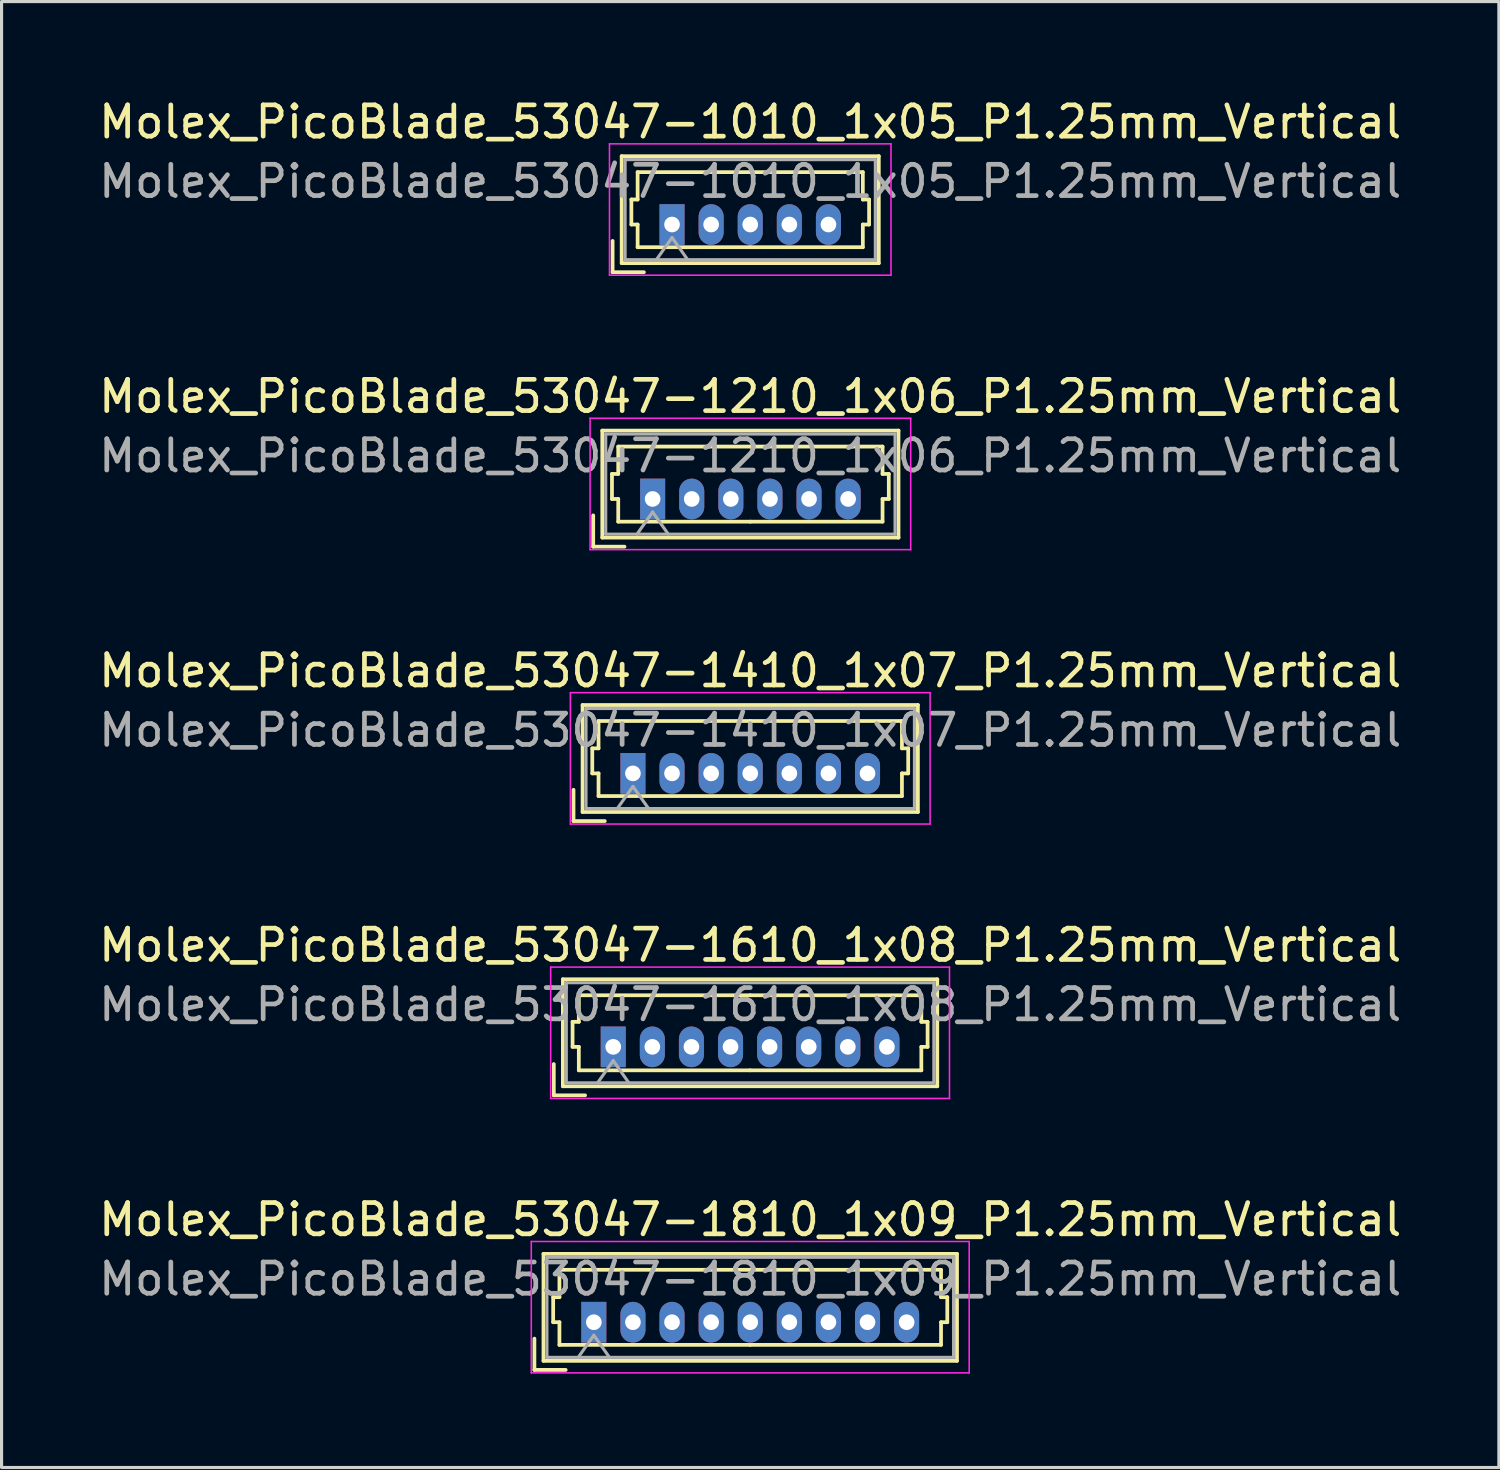
<source format=kicad_pcb>
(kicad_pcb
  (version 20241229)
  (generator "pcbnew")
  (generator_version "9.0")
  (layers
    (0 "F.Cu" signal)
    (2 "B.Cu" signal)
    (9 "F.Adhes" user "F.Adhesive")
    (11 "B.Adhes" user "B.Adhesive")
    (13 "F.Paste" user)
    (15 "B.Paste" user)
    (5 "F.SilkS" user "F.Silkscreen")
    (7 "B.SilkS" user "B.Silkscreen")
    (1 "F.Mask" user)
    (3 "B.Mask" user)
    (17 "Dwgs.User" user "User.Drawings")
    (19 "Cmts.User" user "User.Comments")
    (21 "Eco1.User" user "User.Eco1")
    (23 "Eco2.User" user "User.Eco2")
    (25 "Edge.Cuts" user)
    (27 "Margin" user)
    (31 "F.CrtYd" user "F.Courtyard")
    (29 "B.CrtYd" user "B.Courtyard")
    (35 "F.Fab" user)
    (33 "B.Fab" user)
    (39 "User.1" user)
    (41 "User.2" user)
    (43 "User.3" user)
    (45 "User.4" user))
  (footprint "Molex_PicoBlade_53047-1210_1x06_P1.25mm_Vertical"
    (layer "F.Cu")
    (at 17.815 12.902)
    (property "Reference" "Molex_PicoBlade_53047-1210_1x06_P1.25mm_Vertical" (at 3.12 -3.28 0) (layer "F.SilkS") (effects (font (size 1 1) (thickness 0.15))))
    (attr through_hole)
    (fp_line (start -1.9 1.525) (end -1.9 0.525) (stroke (width 0.12) (type solid)) (layer "F.SilkS"))
    (fp_line (start -1.9 1.525) (end -0.9 1.525) (stroke (width 0.12) (type solid)) (layer "F.SilkS"))
    (fp_line (start -1.61 -2.185) (end -1.61 1.235) (stroke (width 0.12) (type solid)) (layer "F.SilkS"))
    (fp_line (start -1.61 1.235) (end 7.86 1.235) (stroke (width 0.12) (type solid)) (layer "F.SilkS"))
    (fp_line (start -1.3 -0.8) (end -1.1 -0.8) (stroke (width 0.12) (type solid)) (layer "F.SilkS"))
    (fp_line (start -1.3 0) (end -1.3 -0.8) (stroke (width 0.12) (type solid)) (layer "F.SilkS"))
    (fp_line (start -1.1 -1.675) (end 3.125 -1.675) (stroke (width 0.12) (type solid)) (layer "F.SilkS"))
    (fp_line (start -1.1 -0.8) (end -1.1 -1.675) (stroke (width 0.12) (type solid)) (layer "F.SilkS"))
    (fp_line (start -1.1 0) (end -1.3 0) (stroke (width 0.12) (type solid)) (layer "F.SilkS"))
    (fp_line (start -1.1 0.725) (end -1.1 0) (stroke (width 0.12) (type solid)) (layer "F.SilkS"))
    (fp_line (start 3.125 0.725) (end -1.1 0.725) (stroke (width 0.12) (type solid)) (layer "F.SilkS"))
    (fp_line (start 3.125 0.725) (end 7.35 0.725) (stroke (width 0.12) (type solid)) (layer "F.SilkS"))
    (fp_line (start 7.35 -1.675) (end 3.125 -1.675) (stroke (width 0.12) (type solid)) (layer "F.SilkS"))
    (fp_line (start 7.35 -0.8) (end 7.35 -1.675) (stroke (width 0.12) (type solid)) (layer "F.SilkS"))
    (fp_line (start 7.35 0) (end 7.55 0) (stroke (width 0.12) (type solid)) (layer "F.SilkS"))
    (fp_line (start 7.35 0.725) (end 7.35 0) (stroke (width 0.12) (type solid)) (layer "F.SilkS"))
    (fp_line (start 7.55 -0.8) (end 7.35 -0.8) (stroke (width 0.12) (type solid)) (layer "F.SilkS"))
    (fp_line (start 7.55 0) (end 7.55 -0.8) (stroke (width 0.12) (type solid)) (layer "F.SilkS"))
    (fp_line (start 7.86 -2.185) (end -1.61 -2.185) (stroke (width 0.12) (type solid)) (layer "F.SilkS"))
    (fp_line (start 7.86 1.235) (end 7.86 -2.185) (stroke (width 0.12) (type solid)) (layer "F.SilkS"))
    (fp_line (start -2 -2.58) (end -2 1.62) (stroke (width 0.05) (type solid)) (layer "F.CrtYd"))
    (fp_line (start -2 1.62) (end 8.25 1.62) (stroke (width 0.05) (type solid)) (layer "F.CrtYd"))
    (fp_line (start 8.25 -2.58) (end -2 -2.58) (stroke (width 0.05) (type solid)) (layer "F.CrtYd"))
    (fp_line (start 8.25 1.62) (end 8.25 -2.58) (stroke (width 0.05) (type solid)) (layer "F.CrtYd"))
    (fp_line (start -1.5 -2.075) (end -1.5 1.125) (stroke (width 0.1) (type solid)) (layer "F.Fab"))
    (fp_line (start -1.5 1.125) (end 7.75 1.125) (stroke (width 0.1) (type solid)) (layer "F.Fab"))
    (fp_line (start -0.5 1.125) (end 0 0.418) (stroke (width 0.1) (type solid)) (layer "F.Fab"))
    (fp_line (start 0 0.418) (end 0.5 1.125) (stroke (width 0.1) (type solid)) (layer "F.Fab"))
    (fp_line (start 7.75 -2.075) (end -1.5 -2.075) (stroke (width 0.1) (type solid)) (layer "F.Fab"))
    (fp_line (start 7.75 1.125) (end 7.75 -2.075) (stroke (width 0.1) (type solid)) (layer "F.Fab"))
    (fp_text user "${REFERENCE}" (at 3.12 -1.38 0) (layer "F.Fab") (effects (font (size 1 1) (thickness 0.15))))
    (pad "1" thru_hole rect (at 0 0) (size 0.8 1.3) (drill 0.5) (layers "*.Cu" "*.Mask"))
    (pad "2" thru_hole oval (at 1.25 0) (size 0.8 1.3) (drill 0.5) (layers "*.Cu" "*.Mask"))
    (pad "3" thru_hole oval (at 2.5 0) (size 0.8 1.3) (drill 0.5) (layers "*.Cu" "*.Mask"))
    (pad "4" thru_hole oval (at 3.75 0) (size 0.8 1.3) (drill 0.5) (layers "*.Cu" "*.Mask"))
    (pad "5" thru_hole oval (at 5 0) (size 0.8 1.3) (drill 0.5) (layers "*.Cu" "*.Mask"))
    (pad "6" thru_hole oval (at 6.25 0) (size 0.8 1.3) (drill 0.5) (layers "*.Cu" "*.Mask")))
  (footprint "Molex_PicoBlade_53047-1410_1x07_P1.25mm_Vertical"
    (layer "F.Cu")
    (at 17.185 21.675)
    (property "Reference" "Molex_PicoBlade_53047-1410_1x07_P1.25mm_Vertical" (at 3.75 -3.28 0) (layer "F.SilkS") (effects (font (size 1 1) (thickness 0.15))))
    (attr through_hole)
    (fp_line (start -1.9 1.525) (end -1.9 0.525) (stroke (width 0.12) (type solid)) (layer "F.SilkS"))
    (fp_line (start -1.9 1.525) (end -0.9 1.525) (stroke (width 0.12) (type solid)) (layer "F.SilkS"))
    (fp_line (start -1.61 -2.185) (end -1.61 1.235) (stroke (width 0.12) (type solid)) (layer "F.SilkS"))
    (fp_line (start -1.61 1.235) (end 9.11 1.235) (stroke (width 0.12) (type solid)) (layer "F.SilkS"))
    (fp_line (start -1.3 -0.8) (end -1.1 -0.8) (stroke (width 0.12) (type solid)) (layer "F.SilkS"))
    (fp_line (start -1.3 0) (end -1.3 -0.8) (stroke (width 0.12) (type solid)) (layer "F.SilkS"))
    (fp_line (start -1.1 -1.675) (end 3.75 -1.675) (stroke (width 0.12) (type solid)) (layer "F.SilkS"))
    (fp_line (start -1.1 -0.8) (end -1.1 -1.675) (stroke (width 0.12) (type solid)) (layer "F.SilkS"))
    (fp_line (start -1.1 0) (end -1.3 0) (stroke (width 0.12) (type solid)) (layer "F.SilkS"))
    (fp_line (start -1.1 0.725) (end -1.1 0) (stroke (width 0.12) (type solid)) (layer "F.SilkS"))
    (fp_line (start 3.75 0.725) (end -1.1 0.725) (stroke (width 0.12) (type solid)) (layer "F.SilkS"))
    (fp_line (start 3.75 0.725) (end 8.6 0.725) (stroke (width 0.12) (type solid)) (layer "F.SilkS"))
    (fp_line (start 8.6 -1.675) (end 3.75 -1.675) (stroke (width 0.12) (type solid)) (layer "F.SilkS"))
    (fp_line (start 8.6 -0.8) (end 8.6 -1.675) (stroke (width 0.12) (type solid)) (layer "F.SilkS"))
    (fp_line (start 8.6 0) (end 8.8 0) (stroke (width 0.12) (type solid)) (layer "F.SilkS"))
    (fp_line (start 8.6 0.725) (end 8.6 0) (stroke (width 0.12) (type solid)) (layer "F.SilkS"))
    (fp_line (start 8.8 -0.8) (end 8.6 -0.8) (stroke (width 0.12) (type solid)) (layer "F.SilkS"))
    (fp_line (start 8.8 0) (end 8.8 -0.8) (stroke (width 0.12) (type solid)) (layer "F.SilkS"))
    (fp_line (start 9.11 -2.185) (end -1.61 -2.185) (stroke (width 0.12) (type solid)) (layer "F.SilkS"))
    (fp_line (start 9.11 1.235) (end 9.11 -2.185) (stroke (width 0.12) (type solid)) (layer "F.SilkS"))
    (fp_line (start -2 -2.58) (end -2 1.62) (stroke (width 0.05) (type solid)) (layer "F.CrtYd"))
    (fp_line (start -2 1.62) (end 9.5 1.62) (stroke (width 0.05) (type solid)) (layer "F.CrtYd"))
    (fp_line (start 9.5 -2.58) (end -2 -2.58) (stroke (width 0.05) (type solid)) (layer "F.CrtYd"))
    (fp_line (start 9.5 1.62) (end 9.5 -2.58) (stroke (width 0.05) (type solid)) (layer "F.CrtYd"))
    (fp_line (start -1.5 -2.075) (end -1.5 1.125) (stroke (width 0.1) (type solid)) (layer "F.Fab"))
    (fp_line (start -1.5 1.125) (end 9 1.125) (stroke (width 0.1) (type solid)) (layer "F.Fab"))
    (fp_line (start -0.5 1.125) (end 0 0.418) (stroke (width 0.1) (type solid)) (layer "F.Fab"))
    (fp_line (start 0 0.418) (end 0.5 1.125) (stroke (width 0.1) (type solid)) (layer "F.Fab"))
    (fp_line (start 9 -2.075) (end -1.5 -2.075) (stroke (width 0.1) (type solid)) (layer "F.Fab"))
    (fp_line (start 9 1.125) (end 9 -2.075) (stroke (width 0.1) (type solid)) (layer "F.Fab"))
    (fp_text user "${REFERENCE}" (at 3.75 -1.38 0) (layer "F.Fab") (effects (font (size 1 1) (thickness 0.15))))
    (pad "1" thru_hole rect (at 0 0) (size 0.8 1.3) (drill 0.5) (layers "*.Cu" "*.Mask"))
    (pad "2" thru_hole oval (at 1.25 0) (size 0.8 1.3) (drill 0.5) (layers "*.Cu" "*.Mask"))
    (pad "3" thru_hole oval (at 2.5 0) (size 0.8 1.3) (drill 0.5) (layers "*.Cu" "*.Mask"))
    (pad "4" thru_hole oval (at 3.75 0) (size 0.8 1.3) (drill 0.5) (layers "*.Cu" "*.Mask"))
    (pad "5" thru_hole oval (at 5 0) (size 0.8 1.3) (drill 0.5) (layers "*.Cu" "*.Mask"))
    (pad "6" thru_hole oval (at 6.25 0) (size 0.8 1.3) (drill 0.5) (layers "*.Cu" "*.Mask"))
    (pad "7" thru_hole oval (at 7.5 0) (size 0.8 1.3) (drill 0.5) (layers "*.Cu" "*.Mask")))
  (footprint "Molex_PicoBlade_53047-1610_1x08_P1.25mm_Vertical"
    (layer "F.Cu")
    (at 16.555 30.418)
    (property "Reference" "Molex_PicoBlade_53047-1610_1x08_P1.25mm_Vertical" (at 4.38 -3.25 0) (layer "F.SilkS") (effects (font (size 1 1) (thickness 0.15))))
    (attr through_hole)
    (fp_line (start -1.9 1.55) (end -1.9 0.55) (stroke (width 0.12) (type solid)) (layer "F.SilkS"))
    (fp_line (start -1.9 1.55) (end -0.9 1.55) (stroke (width 0.12) (type solid)) (layer "F.SilkS"))
    (fp_line (start -1.61 -2.16) (end -1.61 1.26) (stroke (width 0.12) (type solid)) (layer "F.SilkS"))
    (fp_line (start -1.61 1.26) (end 10.36 1.26) (stroke (width 0.12) (type solid)) (layer "F.SilkS"))
    (fp_line (start -1.3 -0.8) (end -1.1 -0.8) (stroke (width 0.12) (type solid)) (layer "F.SilkS"))
    (fp_line (start -1.3 0) (end -1.3 -0.8) (stroke (width 0.12) (type solid)) (layer "F.SilkS"))
    (fp_line (start -1.1 -1.65) (end 4.375 -1.65) (stroke (width 0.12) (type solid)) (layer "F.SilkS"))
    (fp_line (start -1.1 -0.8) (end -1.1 -1.65) (stroke (width 0.12) (type solid)) (layer "F.SilkS"))
    (fp_line (start -1.1 0) (end -1.3 0) (stroke (width 0.12) (type solid)) (layer "F.SilkS"))
    (fp_line (start -1.1 0.75) (end -1.1 0) (stroke (width 0.12) (type solid)) (layer "F.SilkS"))
    (fp_line (start 4.375 0.75) (end -1.1 0.75) (stroke (width 0.12) (type solid)) (layer "F.SilkS"))
    (fp_line (start 4.375 0.75) (end 9.85 0.75) (stroke (width 0.12) (type solid)) (layer "F.SilkS"))
    (fp_line (start 9.85 -1.65) (end 4.375 -1.65) (stroke (width 0.12) (type solid)) (layer "F.SilkS"))
    (fp_line (start 9.85 -0.8) (end 9.85 -1.65) (stroke (width 0.12) (type solid)) (layer "F.SilkS"))
    (fp_line (start 9.85 0) (end 10.05 0) (stroke (width 0.12) (type solid)) (layer "F.SilkS"))
    (fp_line (start 9.85 0.75) (end 9.85 0) (stroke (width 0.12) (type solid)) (layer "F.SilkS"))
    (fp_line (start 10.05 -0.8) (end 9.85 -0.8) (stroke (width 0.12) (type solid)) (layer "F.SilkS"))
    (fp_line (start 10.05 0) (end 10.05 -0.8) (stroke (width 0.12) (type solid)) (layer "F.SilkS"))
    (fp_line (start 10.36 -2.16) (end -1.61 -2.16) (stroke (width 0.12) (type solid)) (layer "F.SilkS"))
    (fp_line (start 10.36 1.26) (end 10.36 -2.16) (stroke (width 0.12) (type solid)) (layer "F.SilkS"))
    (fp_line (start -2 -2.55) (end -2 1.65) (stroke (width 0.05) (type solid)) (layer "F.CrtYd"))
    (fp_line (start -2 1.65) (end 10.75 1.65) (stroke (width 0.05) (type solid)) (layer "F.CrtYd"))
    (fp_line (start 10.75 -2.55) (end -2 -2.55) (stroke (width 0.05) (type solid)) (layer "F.CrtYd"))
    (fp_line (start 10.75 1.65) (end 10.75 -2.55) (stroke (width 0.05) (type solid)) (layer "F.CrtYd"))
    (fp_line (start -1.5 -2.05) (end -1.5 1.15) (stroke (width 0.1) (type solid)) (layer "F.Fab"))
    (fp_line (start -1.5 1.15) (end 10.25 1.15) (stroke (width 0.1) (type solid)) (layer "F.Fab"))
    (fp_line (start -0.5 1.15) (end 0 0.443) (stroke (width 0.1) (type solid)) (layer "F.Fab"))
    (fp_line (start 0 0.443) (end 0.5 1.15) (stroke (width 0.1) (type solid)) (layer "F.Fab"))
    (fp_line (start 10.25 -2.05) (end -1.5 -2.05) (stroke (width 0.1) (type solid)) (layer "F.Fab"))
    (fp_line (start 10.25 1.15) (end 10.25 -2.05) (stroke (width 0.1) (type solid)) (layer "F.Fab"))
    (fp_text user "${REFERENCE}" (at 4.38 -1.35 0) (layer "F.Fab") (effects (font (size 1 1) (thickness 0.15))))
    (pad "1" thru_hole rect (at 0 0) (size 0.8 1.3) (drill 0.5) (layers "*.Cu" "*.Mask"))
    (pad "2" thru_hole oval (at 1.25 0) (size 0.8 1.3) (drill 0.5) (layers "*.Cu" "*.Mask"))
    (pad "3" thru_hole oval (at 2.5 0) (size 0.8 1.3) (drill 0.5) (layers "*.Cu" "*.Mask"))
    (pad "4" thru_hole oval (at 3.75 0) (size 0.8 1.3) (drill 0.5) (layers "*.Cu" "*.Mask"))
    (pad "5" thru_hole oval (at 5 0) (size 0.8 1.3) (drill 0.5) (layers "*.Cu" "*.Mask"))
    (pad "6" thru_hole oval (at 6.25 0) (size 0.8 1.3) (drill 0.5) (layers "*.Cu" "*.Mask"))
    (pad "7" thru_hole oval (at 7.5 0) (size 0.8 1.3) (drill 0.5) (layers "*.Cu" "*.Mask"))
    (pad "8" thru_hole oval (at 8.75 0) (size 0.8 1.3) (drill 0.5) (layers "*.Cu" "*.Mask")))
  (footprint "Molex_PicoBlade_53047-1810_1x09_P1.25mm_Vertical"
    (layer "F.Cu")
    (at 15.935 39.221)
    (property "Reference" "Molex_PicoBlade_53047-1810_1x09_P1.25mm_Vertical" (at 5 -3.28 0) (layer "F.SilkS") (effects (font (size 1 1) (thickness 0.15))))
    (attr through_hole)
    (fp_line (start -1.9 1.525) (end -1.9 0.525) (stroke (width 0.12) (type solid)) (layer "F.SilkS"))
    (fp_line (start -1.9 1.525) (end -0.9 1.525) (stroke (width 0.12) (type solid)) (layer "F.SilkS"))
    (fp_line (start -1.61 -2.185) (end -1.61 1.235) (stroke (width 0.12) (type solid)) (layer "F.SilkS"))
    (fp_line (start -1.61 1.235) (end 11.61 1.235) (stroke (width 0.12) (type solid)) (layer "F.SilkS"))
    (fp_line (start -1.3 -0.8) (end -1.1 -0.8) (stroke (width 0.12) (type solid)) (layer "F.SilkS"))
    (fp_line (start -1.3 0) (end -1.3 -0.8) (stroke (width 0.12) (type solid)) (layer "F.SilkS"))
    (fp_line (start -1.1 -1.675) (end 5 -1.675) (stroke (width 0.12) (type solid)) (layer "F.SilkS"))
    (fp_line (start -1.1 -0.8) (end -1.1 -1.675) (stroke (width 0.12) (type solid)) (layer "F.SilkS"))
    (fp_line (start -1.1 0) (end -1.3 0) (stroke (width 0.12) (type solid)) (layer "F.SilkS"))
    (fp_line (start -1.1 0.725) (end -1.1 0) (stroke (width 0.12) (type solid)) (layer "F.SilkS"))
    (fp_line (start 5 0.725) (end -1.1 0.725) (stroke (width 0.12) (type solid)) (layer "F.SilkS"))
    (fp_line (start 5 0.725) (end 11.1 0.725) (stroke (width 0.12) (type solid)) (layer "F.SilkS"))
    (fp_line (start 11.1 -1.675) (end 5 -1.675) (stroke (width 0.12) (type solid)) (layer "F.SilkS"))
    (fp_line (start 11.1 -0.8) (end 11.1 -1.675) (stroke (width 0.12) (type solid)) (layer "F.SilkS"))
    (fp_line (start 11.1 0) (end 11.3 0) (stroke (width 0.12) (type solid)) (layer "F.SilkS"))
    (fp_line (start 11.1 0.725) (end 11.1 0) (stroke (width 0.12) (type solid)) (layer "F.SilkS"))
    (fp_line (start 11.3 -0.8) (end 11.1 -0.8) (stroke (width 0.12) (type solid)) (layer "F.SilkS"))
    (fp_line (start 11.3 0) (end 11.3 -0.8) (stroke (width 0.12) (type solid)) (layer "F.SilkS"))
    (fp_line (start 11.61 -2.185) (end -1.61 -2.185) (stroke (width 0.12) (type solid)) (layer "F.SilkS"))
    (fp_line (start 11.61 1.235) (end 11.61 -2.185) (stroke (width 0.12) (type solid)) (layer "F.SilkS"))
    (fp_line (start -2 -2.58) (end -2 1.62) (stroke (width 0.05) (type solid)) (layer "F.CrtYd"))
    (fp_line (start -2 1.62) (end 12 1.62) (stroke (width 0.05) (type solid)) (layer "F.CrtYd"))
    (fp_line (start 12 -2.58) (end -2 -2.58) (stroke (width 0.05) (type solid)) (layer "F.CrtYd"))
    (fp_line (start 12 1.62) (end 12 -2.58) (stroke (width 0.05) (type solid)) (layer "F.CrtYd"))
    (fp_line (start -1.5 -2.075) (end -1.5 1.125) (stroke (width 0.1) (type solid)) (layer "F.Fab"))
    (fp_line (start -1.5 1.125) (end 11.5 1.125) (stroke (width 0.1) (type solid)) (layer "F.Fab"))
    (fp_line (start -0.5 1.125) (end 0 0.418) (stroke (width 0.1) (type solid)) (layer "F.Fab"))
    (fp_line (start 0 0.418) (end 0.5 1.125) (stroke (width 0.1) (type solid)) (layer "F.Fab"))
    (fp_line (start 11.5 -2.075) (end -1.5 -2.075) (stroke (width 0.1) (type solid)) (layer "F.Fab"))
    (fp_line (start 11.5 1.125) (end 11.5 -2.075) (stroke (width 0.1) (type solid)) (layer "F.Fab"))
    (fp_text user "${REFERENCE}" (at 5 -1.38 0) (layer "F.Fab") (effects (font (size 1 1) (thickness 0.15))))
    (pad "1" thru_hole rect (at 0 0) (size 0.8 1.3) (drill 0.5) (layers "*.Cu" "*.Mask"))
    (pad "2" thru_hole oval (at 1.25 0) (size 0.8 1.3) (drill 0.5) (layers "*.Cu" "*.Mask"))
    (pad "3" thru_hole oval (at 2.5 0) (size 0.8 1.3) (drill 0.5) (layers "*.Cu" "*.Mask"))
    (pad "4" thru_hole oval (at 3.75 0) (size 0.8 1.3) (drill 0.5) (layers "*.Cu" "*.Mask"))
    (pad "5" thru_hole oval (at 5 0) (size 0.8 1.3) (drill 0.5) (layers "*.Cu" "*.Mask"))
    (pad "6" thru_hole oval (at 6.25 0) (size 0.8 1.3) (drill 0.5) (layers "*.Cu" "*.Mask"))
    (pad "7" thru_hole oval (at 7.5 0) (size 0.8 1.3) (drill 0.5) (layers "*.Cu" "*.Mask"))
    (pad "8" thru_hole oval (at 8.75 0) (size 0.8 1.3) (drill 0.5) (layers "*.Cu" "*.Mask"))
    (pad "9" thru_hole oval (at 10 0) (size 0.8 1.3) (drill 0.5) (layers "*.Cu" "*.Mask")))
  (footprint "Molex_PicoBlade_53047-1010_1x05_P1.25mm_Vertical"
    (layer "F.Cu")
    (at 18.435 4.128)
    (property "Reference" "Molex_PicoBlade_53047-1010_1x05_P1.25mm_Vertical" (at 2.5 -3.28 0) (layer "F.SilkS") (effects (font (size 1 1) (thickness 0.15))))
    (attr through_hole)
    (fp_line (start -1.9 1.525) (end -1.9 0.525) (stroke (width 0.12) (type solid)) (layer "F.SilkS"))
    (fp_line (start -1.9 1.525) (end -0.9 1.525) (stroke (width 0.12) (type solid)) (layer "F.SilkS"))
    (fp_line (start -1.61 -2.185) (end -1.61 1.235) (stroke (width 0.12) (type solid)) (layer "F.SilkS"))
    (fp_line (start -1.61 1.235) (end 6.61 1.235) (stroke (width 0.12) (type solid)) (layer "F.SilkS"))
    (fp_line (start -1.3 -0.8) (end -1.1 -0.8) (stroke (width 0.12) (type solid)) (layer "F.SilkS"))
    (fp_line (start -1.3 0) (end -1.3 -0.8) (stroke (width 0.12) (type solid)) (layer "F.SilkS"))
    (fp_line (start -1.1 -1.675) (end 2.5 -1.675) (stroke (width 0.12) (type solid)) (layer "F.SilkS"))
    (fp_line (start -1.1 -0.8) (end -1.1 -1.675) (stroke (width 0.12) (type solid)) (layer "F.SilkS"))
    (fp_line (start -1.1 0) (end -1.3 0) (stroke (width 0.12) (type solid)) (layer "F.SilkS"))
    (fp_line (start -1.1 0.725) (end -1.1 0) (stroke (width 0.12) (type solid)) (layer "F.SilkS"))
    (fp_line (start 2.5 0.725) (end -1.1 0.725) (stroke (width 0.12) (type solid)) (layer "F.SilkS"))
    (fp_line (start 2.5 0.725) (end 6.1 0.725) (stroke (width 0.12) (type solid)) (layer "F.SilkS"))
    (fp_line (start 6.1 -1.675) (end 2.5 -1.675) (stroke (width 0.12) (type solid)) (layer "F.SilkS"))
    (fp_line (start 6.1 -0.8) (end 6.1 -1.675) (stroke (width 0.12) (type solid)) (layer "F.SilkS"))
    (fp_line (start 6.1 0) (end 6.3 0) (stroke (width 0.12) (type solid)) (layer "F.SilkS"))
    (fp_line (start 6.1 0.725) (end 6.1 0) (stroke (width 0.12) (type solid)) (layer "F.SilkS"))
    (fp_line (start 6.3 -0.8) (end 6.1 -0.8) (stroke (width 0.12) (type solid)) (layer "F.SilkS"))
    (fp_line (start 6.3 0) (end 6.3 -0.8) (stroke (width 0.12) (type solid)) (layer "F.SilkS"))
    (fp_line (start 6.61 -2.185) (end -1.61 -2.185) (stroke (width 0.12) (type solid)) (layer "F.SilkS"))
    (fp_line (start 6.61 1.235) (end 6.61 -2.185) (stroke (width 0.12) (type solid)) (layer "F.SilkS"))
    (fp_line (start -2 -2.58) (end -2 1.62) (stroke (width 0.05) (type solid)) (layer "F.CrtYd"))
    (fp_line (start -2 1.62) (end 7 1.62) (stroke (width 0.05) (type solid)) (layer "F.CrtYd"))
    (fp_line (start 7 -2.58) (end -2 -2.58) (stroke (width 0.05) (type solid)) (layer "F.CrtYd"))
    (fp_line (start 7 1.62) (end 7 -2.58) (stroke (width 0.05) (type solid)) (layer "F.CrtYd"))
    (fp_line (start -1.5 -2.075) (end -1.5 1.125) (stroke (width 0.1) (type solid)) (layer "F.Fab"))
    (fp_line (start -1.5 1.125) (end 6.5 1.125) (stroke (width 0.1) (type solid)) (layer "F.Fab"))
    (fp_line (start -0.5 1.125) (end 0 0.418) (stroke (width 0.1) (type solid)) (layer "F.Fab"))
    (fp_line (start 0 0.418) (end 0.5 1.125) (stroke (width 0.1) (type solid)) (layer "F.Fab"))
    (fp_line (start 6.5 -2.075) (end -1.5 -2.075) (stroke (width 0.1) (type solid)) (layer "F.Fab"))
    (fp_line (start 6.5 1.125) (end 6.5 -2.075) (stroke (width 0.1) (type solid)) (layer "F.Fab"))
    (fp_text user "${REFERENCE}" (at 2.5 -1.38 0) (layer "F.Fab") (effects (font (size 1 1) (thickness 0.15))))
    (pad "1" thru_hole rect (at 0 0) (size 0.8 1.3) (drill 0.5) (layers "*.Cu" "*.Mask"))
    (pad "2" thru_hole oval (at 1.25 0) (size 0.8 1.3) (drill 0.5) (layers "*.Cu" "*.Mask"))
    (pad "3" thru_hole oval (at 2.5 0) (size 0.8 1.3) (drill 0.5) (layers "*.Cu" "*.Mask"))
    (pad "4" thru_hole oval (at 3.75 0) (size 0.8 1.3) (drill 0.5) (layers "*.Cu" "*.Mask"))
    (pad "5" thru_hole oval (at 5 0) (size 0.8 1.3) (drill 0.5) (layers "*.Cu" "*.Mask")))
  (gr_rect
    (start -3 -3)
    (end 44.869 43.866)
    (stroke (width 0.1) (type default))
    (fill no)
    (layer "Edge.Cuts")))
</source>
